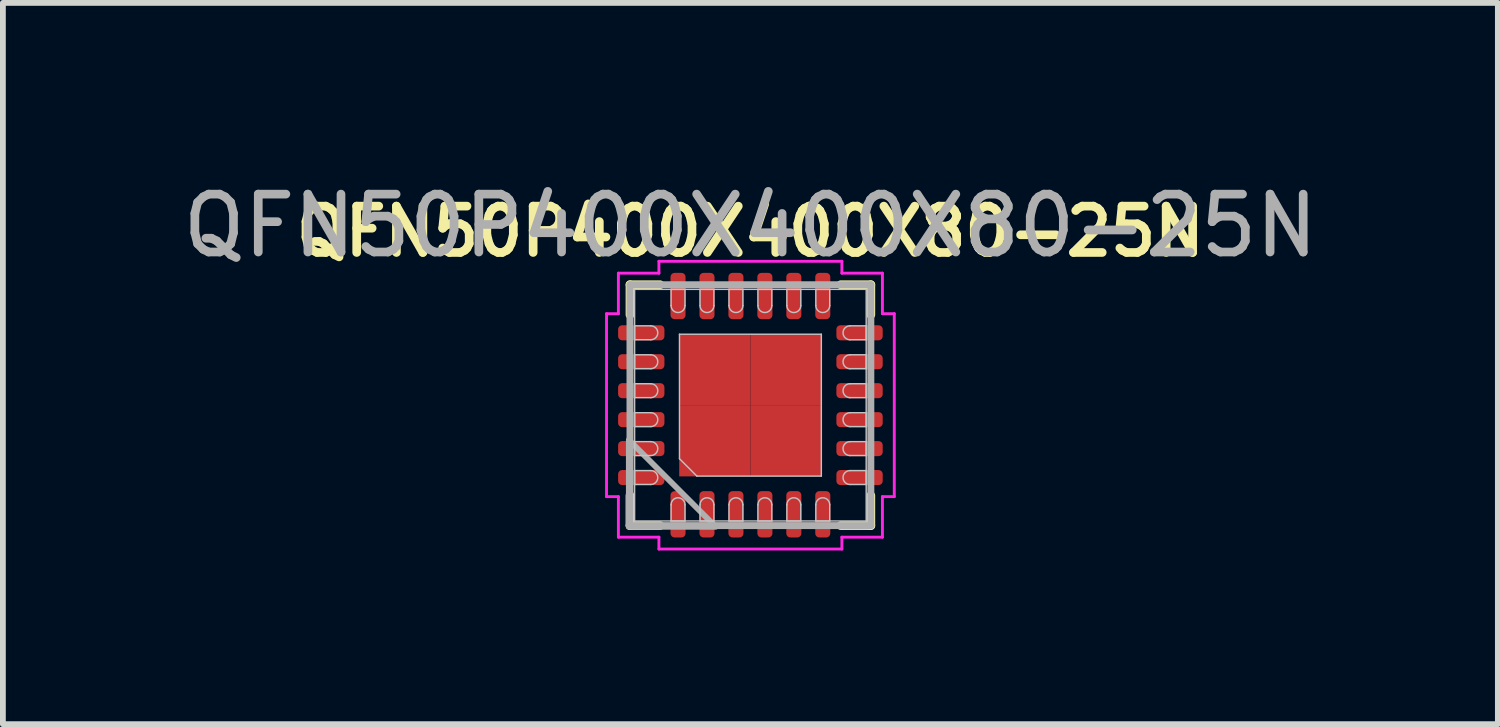
<source format=kicad_pcb>
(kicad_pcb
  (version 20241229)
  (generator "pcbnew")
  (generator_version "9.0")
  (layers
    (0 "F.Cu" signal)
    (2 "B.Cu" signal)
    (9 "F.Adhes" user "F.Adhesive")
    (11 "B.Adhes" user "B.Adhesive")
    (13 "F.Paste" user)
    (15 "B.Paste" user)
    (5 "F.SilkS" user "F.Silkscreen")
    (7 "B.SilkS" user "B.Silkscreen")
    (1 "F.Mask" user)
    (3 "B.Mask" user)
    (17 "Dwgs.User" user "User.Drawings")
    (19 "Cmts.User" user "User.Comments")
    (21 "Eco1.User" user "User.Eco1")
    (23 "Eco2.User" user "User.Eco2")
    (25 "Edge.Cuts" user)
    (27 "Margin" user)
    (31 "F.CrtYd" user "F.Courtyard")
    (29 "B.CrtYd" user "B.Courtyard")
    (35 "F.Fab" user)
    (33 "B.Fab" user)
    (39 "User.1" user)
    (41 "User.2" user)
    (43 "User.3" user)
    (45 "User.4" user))
  (footprint "QFN50P400X400X80-25N"
    (layer "F.Cu")
    (at 9.911 3.948)
    (property "Reference" "QFN50P400X400X80-25N" (at 0 -3 0) (layer "F.SilkS") (effects (font (size 0.8 0.8) (thickness 0.15))))
    (attr smd)
    (fp_line (start -2.08 -2.08) (end -2.08 -1.56) (stroke (width 0.15) (type solid)) (layer "F.SilkS"))
    (fp_line (start -2.08 2.08) (end -2.08 1.56) (stroke (width 0.15) (type solid)) (layer "F.SilkS"))
    (fp_line (start -1.56 -2.08) (end -2.08 -2.08) (stroke (width 0.15) (type solid)) (layer "F.SilkS"))
    (fp_line (start -1.56 2.08) (end -2.08 2.08) (stroke (width 0.15) (type solid)) (layer "F.SilkS"))
    (fp_line (start 1.56 -2.08) (end 2.08 -2.08) (stroke (width 0.15) (type solid)) (layer "F.SilkS"))
    (fp_line (start 1.56 2.08) (end 2.08 2.08) (stroke (width 0.15) (type solid)) (layer "F.SilkS"))
    (fp_line (start 2.08 -2.08) (end 2.08 -1.56) (stroke (width 0.15) (type solid)) (layer "F.SilkS"))
    (fp_line (start 2.08 2.08) (end 2.08 1.56) (stroke (width 0.15) (type solid)) (layer "F.SilkS"))
    (fp_line (start -2 -2) (end 2 -2) (stroke (width 0.025) (type solid)) (layer "Dwgs.User"))
    (fp_line (start -2 -1.37) (end -2 -1.13) (stroke (width 0.025) (type solid)) (layer "Dwgs.User"))
    (fp_line (start -2 -1.13) (end -1.72 -1.13) (stroke (width 0.025) (type solid)) (layer "Dwgs.User"))
    (fp_line (start -2 -0.87) (end -2 -0.63) (stroke (width 0.025) (type solid)) (layer "Dwgs.User"))
    (fp_line (start -2 -0.63) (end -1.72 -0.63) (stroke (width 0.025) (type solid)) (layer "Dwgs.User"))
    (fp_line (start -2 -0.37) (end -2 -0.13) (stroke (width 0.025) (type solid)) (layer "Dwgs.User"))
    (fp_line (start -2 -0.13) (end -1.72 -0.13) (stroke (width 0.025) (type solid)) (layer "Dwgs.User"))
    (fp_line (start -2 0.13) (end -2 0.37) (stroke (width 0.025) (type solid)) (layer "Dwgs.User"))
    (fp_line (start -2 0.37) (end -1.72 0.37) (stroke (width 0.025) (type solid)) (layer "Dwgs.User"))
    (fp_line (start -2 0.63) (end -2 0.87) (stroke (width 0.025) (type solid)) (layer "Dwgs.User"))
    (fp_line (start -2 0.87) (end -1.72 0.87) (stroke (width 0.025) (type solid)) (layer "Dwgs.User"))
    (fp_line (start -2 1.13) (end -2 1.37) (stroke (width 0.025) (type solid)) (layer "Dwgs.User"))
    (fp_line (start -2 1.37) (end -1.72 1.37) (stroke (width 0.025) (type solid)) (layer "Dwgs.User"))
    (fp_line (start -2 2) (end -2 -2) (stroke (width 0.025) (type solid)) (layer "Dwgs.User"))
    (fp_line (start -1.72 -1.37) (end -2 -1.37) (stroke (width 0.025) (type solid)) (layer "Dwgs.User"))
    (fp_line (start -1.72 -0.87) (end -2 -0.87) (stroke (width 0.025) (type solid)) (layer "Dwgs.User"))
    (fp_line (start -1.72 -0.37) (end -2 -0.37) (stroke (width 0.025) (type solid)) (layer "Dwgs.User"))
    (fp_line (start -1.72 0.13) (end -2 0.13) (stroke (width 0.025) (type solid)) (layer "Dwgs.User"))
    (fp_line (start -1.72 0.63) (end -2 0.63) (stroke (width 0.025) (type solid)) (layer "Dwgs.User"))
    (fp_line (start -1.72 1.13) (end -2 1.13) (stroke (width 0.025) (type solid)) (layer "Dwgs.User"))
    (fp_line (start -1.37 -2) (end -1.37 -1.72) (stroke (width 0.025) (type solid)) (layer "Dwgs.User"))
    (fp_line (start -1.37 1.72) (end -1.37 2) (stroke (width 0.025) (type solid)) (layer "Dwgs.User"))
    (fp_line (start -1.37 2) (end -1.13 2) (stroke (width 0.025) (type solid)) (layer "Dwgs.User"))
    (fp_line (start -1.225 -1.225) (end -1.225 0.925) (stroke (width 0.025) (type solid)) (layer "Dwgs.User"))
    (fp_line (start -1.225 0.925) (end -0.925 1.225) (stroke (width 0.025) (type solid)) (layer "Dwgs.User"))
    (fp_line (start -1.13 -2) (end -1.37 -2) (stroke (width 0.025) (type solid)) (layer "Dwgs.User"))
    (fp_line (start -1.13 -1.72) (end -1.13 -2) (stroke (width 0.025) (type solid)) (layer "Dwgs.User"))
    (fp_line (start -1.13 2) (end -1.13 1.72) (stroke (width 0.025) (type solid)) (layer "Dwgs.User"))
    (fp_line (start -0.925 1.225) (end 1.225 1.225) (stroke (width 0.025) (type solid)) (layer "Dwgs.User"))
    (fp_line (start -0.87 -2) (end -0.87 -1.72) (stroke (width 0.025) (type solid)) (layer "Dwgs.User"))
    (fp_line (start -0.87 1.72) (end -0.87 2) (stroke (width 0.025) (type solid)) (layer "Dwgs.User"))
    (fp_line (start -0.87 2) (end -0.63 2) (stroke (width 0.025) (type solid)) (layer "Dwgs.User"))
    (fp_line (start -0.63 -2) (end -0.87 -2) (stroke (width 0.025) (type solid)) (layer "Dwgs.User"))
    (fp_line (start -0.63 -1.72) (end -0.63 -2) (stroke (width 0.025) (type solid)) (layer "Dwgs.User"))
    (fp_line (start -0.63 2) (end -0.63 1.72) (stroke (width 0.025) (type solid)) (layer "Dwgs.User"))
    (fp_line (start -0.37 -2) (end -0.37 -1.72) (stroke (width 0.025) (type solid)) (layer "Dwgs.User"))
    (fp_line (start -0.37 1.72) (end -0.37 2) (stroke (width 0.025) (type solid)) (layer "Dwgs.User"))
    (fp_line (start -0.37 2) (end -0.13 2) (stroke (width 0.025) (type solid)) (layer "Dwgs.User"))
    (fp_line (start -0.13 -2) (end -0.37 -2) (stroke (width 0.025) (type solid)) (layer "Dwgs.User"))
    (fp_line (start -0.13 -1.72) (end -0.13 -2) (stroke (width 0.025) (type solid)) (layer "Dwgs.User"))
    (fp_line (start -0.13 2) (end -0.13 1.72) (stroke (width 0.025) (type solid)) (layer "Dwgs.User"))
    (fp_line (start 0.13 -2) (end 0.13 -1.72) (stroke (width 0.025) (type solid)) (layer "Dwgs.User"))
    (fp_line (start 0.13 1.72) (end 0.13 2) (stroke (width 0.025) (type solid)) (layer "Dwgs.User"))
    (fp_line (start 0.13 2) (end 0.37 2) (stroke (width 0.025) (type solid)) (layer "Dwgs.User"))
    (fp_line (start 0.37 -2) (end 0.13 -2) (stroke (width 0.025) (type solid)) (layer "Dwgs.User"))
    (fp_line (start 0.37 -1.72) (end 0.37 -2) (stroke (width 0.025) (type solid)) (layer "Dwgs.User"))
    (fp_line (start 0.37 2) (end 0.37 1.72) (stroke (width 0.025) (type solid)) (layer "Dwgs.User"))
    (fp_line (start 0.63 -2) (end 0.63 -1.72) (stroke (width 0.025) (type solid)) (layer "Dwgs.User"))
    (fp_line (start 0.63 1.72) (end 0.63 2) (stroke (width 0.025) (type solid)) (layer "Dwgs.User"))
    (fp_line (start 0.63 2) (end 0.87 2) (stroke (width 0.025) (type solid)) (layer "Dwgs.User"))
    (fp_line (start 0.87 -2) (end 0.63 -2) (stroke (width 0.025) (type solid)) (layer "Dwgs.User"))
    (fp_line (start 0.87 -1.72) (end 0.87 -2) (stroke (width 0.025) (type solid)) (layer "Dwgs.User"))
    (fp_line (start 0.87 2) (end 0.87 1.72) (stroke (width 0.025) (type solid)) (layer "Dwgs.User"))
    (fp_line (start 1.13 -2) (end 1.13 -1.72) (stroke (width 0.025) (type solid)) (layer "Dwgs.User"))
    (fp_line (start 1.13 1.72) (end 1.13 2) (stroke (width 0.025) (type solid)) (layer "Dwgs.User"))
    (fp_line (start 1.13 2) (end 1.37 2) (stroke (width 0.025) (type solid)) (layer "Dwgs.User"))
    (fp_line (start 1.225 -1.225) (end -1.225 -1.225) (stroke (width 0.025) (type solid)) (layer "Dwgs.User"))
    (fp_line (start 1.225 1.225) (end 1.225 -1.225) (stroke (width 0.025) (type solid)) (layer "Dwgs.User"))
    (fp_line (start 1.37 -2) (end 1.13 -2) (stroke (width 0.025) (type solid)) (layer "Dwgs.User"))
    (fp_line (start 1.37 -1.72) (end 1.37 -2) (stroke (width 0.025) (type solid)) (layer "Dwgs.User"))
    (fp_line (start 1.37 2) (end 1.37 1.72) (stroke (width 0.025) (type solid)) (layer "Dwgs.User"))
    (fp_line (start 1.72 -1.13) (end 2 -1.13) (stroke (width 0.025) (type solid)) (layer "Dwgs.User"))
    (fp_line (start 1.72 -0.63) (end 2 -0.63) (stroke (width 0.025) (type solid)) (layer "Dwgs.User"))
    (fp_line (start 1.72 -0.13) (end 2 -0.13) (stroke (width 0.025) (type solid)) (layer "Dwgs.User"))
    (fp_line (start 1.72 0.37) (end 2 0.37) (stroke (width 0.025) (type solid)) (layer "Dwgs.User"))
    (fp_line (start 1.72 0.87) (end 2 0.87) (stroke (width 0.025) (type solid)) (layer "Dwgs.User"))
    (fp_line (start 1.72 1.37) (end 2 1.37) (stroke (width 0.025) (type solid)) (layer "Dwgs.User"))
    (fp_line (start 2 -2) (end 2 2) (stroke (width 0.025) (type solid)) (layer "Dwgs.User"))
    (fp_line (start 2 -1.37) (end 1.72 -1.37) (stroke (width 0.025) (type solid)) (layer "Dwgs.User"))
    (fp_line (start 2 -1.13) (end 2 -1.37) (stroke (width 0.025) (type solid)) (layer "Dwgs.User"))
    (fp_line (start 2 -0.87) (end 1.72 -0.87) (stroke (width 0.025) (type solid)) (layer "Dwgs.User"))
    (fp_line (start 2 -0.63) (end 2 -0.87) (stroke (width 0.025) (type solid)) (layer "Dwgs.User"))
    (fp_line (start 2 -0.37) (end 1.72 -0.37) (stroke (width 0.025) (type solid)) (layer "Dwgs.User"))
    (fp_line (start 2 -0.13) (end 2 -0.37) (stroke (width 0.025) (type solid)) (layer "Dwgs.User"))
    (fp_line (start 2 0.13) (end 1.72 0.13) (stroke (width 0.025) (type solid)) (layer "Dwgs.User"))
    (fp_line (start 2 0.37) (end 2 0.13) (stroke (width 0.025) (type solid)) (layer "Dwgs.User"))
    (fp_line (start 2 0.63) (end 1.72 0.63) (stroke (width 0.025) (type solid)) (layer "Dwgs.User"))
    (fp_line (start 2 0.87) (end 2 0.63) (stroke (width 0.025) (type solid)) (layer "Dwgs.User"))
    (fp_line (start 2 1.13) (end 1.72 1.13) (stroke (width 0.025) (type solid)) (layer "Dwgs.User"))
    (fp_line (start 2 1.37) (end 2 1.13) (stroke (width 0.025) (type solid)) (layer "Dwgs.User"))
    (fp_line (start 2 2) (end -2 2) (stroke (width 0.025) (type solid)) (layer "Dwgs.User"))
    (fp_arc (start -1.72 -1.37) (mid -1.6 -1.25) (end -1.72 -1.13) (stroke (width 0.025) (type solid)) (layer "Dwgs.User"))
    (fp_arc (start -1.72 -0.87) (mid -1.6 -0.75) (end -1.72 -0.63) (stroke (width 0.025) (type solid)) (layer "Dwgs.User"))
    (fp_arc (start -1.72 -0.37) (mid -1.6 -0.25) (end -1.72 -0.13) (stroke (width 0.025) (type solid)) (layer "Dwgs.User"))
    (fp_arc (start -1.72 0.13) (mid -1.6 0.25) (end -1.72 0.37) (stroke (width 0.025) (type solid)) (layer "Dwgs.User"))
    (fp_arc (start -1.72 0.63) (mid -1.6 0.75) (end -1.72 0.87) (stroke (width 0.025) (type solid)) (layer "Dwgs.User"))
    (fp_arc (start -1.72 1.13) (mid -1.6 1.25) (end -1.72 1.37) (stroke (width 0.025) (type solid)) (layer "Dwgs.User"))
    (fp_arc (start -1.37 1.72) (mid -1.25 1.6) (end -1.13 1.72) (stroke (width 0.025) (type solid)) (layer "Dwgs.User"))
    (fp_arc (start -1.13 -1.72) (mid -1.25 -1.6) (end -1.37 -1.72) (stroke (width 0.025) (type solid)) (layer "Dwgs.User"))
    (fp_arc (start -0.87 1.72) (mid -0.75 1.6) (end -0.63 1.72) (stroke (width 0.025) (type solid)) (layer "Dwgs.User"))
    (fp_arc (start -0.63 -1.72) (mid -0.75 -1.6) (end -0.87 -1.72) (stroke (width 0.025) (type solid)) (layer "Dwgs.User"))
    (fp_arc (start -0.37 1.72) (mid -0.25 1.6) (end -0.13 1.72) (stroke (width 0.025) (type solid)) (layer "Dwgs.User"))
    (fp_arc (start -0.13 -1.72) (mid -0.25 -1.6) (end -0.37 -1.72) (stroke (width 0.025) (type solid)) (layer "Dwgs.User"))
    (fp_arc (start 0.13 1.72) (mid 0.25 1.6) (end 0.37 1.72) (stroke (width 0.025) (type solid)) (layer "Dwgs.User"))
    (fp_arc (start 0.37 -1.72) (mid 0.25 -1.6) (end 0.13 -1.72) (stroke (width 0.025) (type solid)) (layer "Dwgs.User"))
    (fp_arc (start 0.63 1.72) (mid 0.75 1.6) (end 0.87 1.72) (stroke (width 0.025) (type solid)) (layer "Dwgs.User"))
    (fp_arc (start 0.87 -1.72) (mid 0.75 -1.6) (end 0.63 -1.72) (stroke (width 0.025) (type solid)) (layer "Dwgs.User"))
    (fp_arc (start 1.13 1.72) (mid 1.25 1.6) (end 1.37 1.72) (stroke (width 0.025) (type solid)) (layer "Dwgs.User"))
    (fp_arc (start 1.37 -1.72) (mid 1.25 -1.6) (end 1.13 -1.72) (stroke (width 0.025) (type solid)) (layer "Dwgs.User"))
    (fp_arc (start 1.72 -1.13) (mid 1.6 -1.25) (end 1.72 -1.37) (stroke (width 0.025) (type solid)) (layer "Dwgs.User"))
    (fp_arc (start 1.72 -0.63) (mid 1.6 -0.75) (end 1.72 -0.87) (stroke (width 0.025) (type solid)) (layer "Dwgs.User"))
    (fp_arc (start 1.72 -0.13) (mid 1.6 -0.25) (end 1.72 -0.37) (stroke (width 0.025) (type solid)) (layer "Dwgs.User"))
    (fp_arc (start 1.72 0.37) (mid 1.6 0.25) (end 1.72 0.13) (stroke (width 0.025) (type solid)) (layer "Dwgs.User"))
    (fp_arc (start 1.72 0.87) (mid 1.6 0.75) (end 1.72 0.63) (stroke (width 0.025) (type solid)) (layer "Dwgs.User"))
    (fp_arc (start 1.72 1.37) (mid 1.6 1.25) (end 1.72 1.13) (stroke (width 0.025) (type solid)) (layer "Dwgs.User"))
    (fp_line (start -2.485 -1.58) (end -2.485 1.58) (stroke (width 0.05) (type solid)) (layer "F.CrtYd"))
    (fp_line (start -2.485 1.58) (end -2.28 1.58) (stroke (width 0.05) (type solid)) (layer "F.CrtYd"))
    (fp_line (start -2.28 -2.28) (end -2.28 -1.58) (stroke (width 0.05) (type solid)) (layer "F.CrtYd"))
    (fp_line (start -2.28 -1.58) (end -2.485 -1.58) (stroke (width 0.05) (type solid)) (layer "F.CrtYd"))
    (fp_line (start -2.28 1.58) (end -2.28 2.28) (stroke (width 0.05) (type solid)) (layer "F.CrtYd"))
    (fp_line (start -2.28 2.28) (end -1.58 2.28) (stroke (width 0.05) (type solid)) (layer "F.CrtYd"))
    (fp_line (start -1.58 -2.485) (end -1.58 -2.28) (stroke (width 0.05) (type solid)) (layer "F.CrtYd"))
    (fp_line (start -1.58 -2.28) (end -2.28 -2.28) (stroke (width 0.05) (type solid)) (layer "F.CrtYd"))
    (fp_line (start -1.58 2.28) (end -1.58 2.485) (stroke (width 0.05) (type solid)) (layer "F.CrtYd"))
    (fp_line (start -1.58 2.485) (end 1.58 2.485) (stroke (width 0.05) (type solid)) (layer "F.CrtYd"))
    (fp_line (start 1.58 -2.485) (end -1.58 -2.485) (stroke (width 0.05) (type solid)) (layer "F.CrtYd"))
    (fp_line (start 1.58 -2.28) (end 1.58 -2.485) (stroke (width 0.05) (type solid)) (layer "F.CrtYd"))
    (fp_line (start 1.58 2.28) (end 2.28 2.28) (stroke (width 0.05) (type solid)) (layer "F.CrtYd"))
    (fp_line (start 1.58 2.485) (end 1.58 2.28) (stroke (width 0.05) (type solid)) (layer "F.CrtYd"))
    (fp_line (start 2.28 -2.28) (end 1.58 -2.28) (stroke (width 0.05) (type solid)) (layer "F.CrtYd"))
    (fp_line (start 2.28 -1.58) (end 2.28 -2.28) (stroke (width 0.05) (type solid)) (layer "F.CrtYd"))
    (fp_line (start 2.28 1.58) (end 2.485 1.58) (stroke (width 0.05) (type solid)) (layer "F.CrtYd"))
    (fp_line (start 2.28 2.28) (end 2.28 1.58) (stroke (width 0.05) (type solid)) (layer "F.CrtYd"))
    (fp_line (start 2.485 -1.58) (end 2.28 -1.58) (stroke (width 0.05) (type solid)) (layer "F.CrtYd"))
    (fp_line (start 2.485 1.58) (end 2.485 -1.58) (stroke (width 0.05) (type solid)) (layer "F.CrtYd"))
    (fp_line (start -2.08 -2.08) (end 2.08 -2.08) (stroke (width 0.12) (type solid)) (layer "F.Fab"))
    (fp_line (start -2.08 2.08) (end -2.08 -2.08) (stroke (width 0.12) (type solid)) (layer "F.Fab"))
    (fp_line (start 2.08 -2.08) (end 2.08 2.08) (stroke (width 0.12) (type solid)) (layer "F.Fab"))
    (fp_line (start 2.08 2.08) (end -2.08 2.08) (stroke (width 0.12) (type solid)) (layer "F.Fab"))
    (fp_poly (pts (xy -0.6 2.1) (xy -2.1 2.1) (xy -2.1 0.6)) (stroke (width 0.1) (type solid)) (fill no) (layer "F.Fab"))
    (fp_text user "${REFERENCE}" (at 0 -3.1 0) (layer "F.Fab") (effects (font (size 1 1) (thickness 0.15))))
    (pad "" smd rect (at -0.615 -0.615 90) (size 0.87 0.87) (layers "F.Paste"))
    (pad "" smd rect (at -0.615 0.615 90) (size 0.87 0.87) (layers "F.Paste"))
    (pad "" smd rect (at 0.615 -0.615 90) (size 0.87 0.87) (layers "F.Paste"))
    (pad "" smd rect (at 0.615 0.615 90) (size 0.87 0.87) (layers "F.Paste"))
    (pad "1" smd roundrect (at -1.25 1.885 90) (size 0.8 0.26) (layers "F.Cu" "F.Mask" "F.Paste") (roundrect_rratio 0.269))
    (pad "2" smd roundrect (at -0.75 1.885 90) (size 0.8 0.26) (layers "F.Cu" "F.Mask" "F.Paste") (roundrect_rratio 0.269))
    (pad "3" smd roundrect (at -0.25 1.885 90) (size 0.8 0.26) (layers "F.Cu" "F.Mask" "F.Paste") (roundrect_rratio 0.269))
    (pad "4" smd roundrect (at 0.25 1.885 90) (size 0.8 0.26) (layers "F.Cu" "F.Mask" "F.Paste") (roundrect_rratio 0.269))
    (pad "5" smd roundrect (at 0.75 1.885 90) (size 0.8 0.26) (layers "F.Cu" "F.Mask" "F.Paste") (roundrect_rratio 0.269))
    (pad "6" smd roundrect (at 1.25 1.885 90) (size 0.8 0.26) (layers "F.Cu" "F.Mask" "F.Paste") (roundrect_rratio 0.269))
    (pad "7" smd roundrect (at 1.885 1.25) (size 0.8 0.26) (layers "F.Cu" "F.Mask" "F.Paste") (roundrect_rratio 0.269))
    (pad "8" smd roundrect (at 1.885 0.75) (size 0.8 0.26) (layers "F.Cu" "F.Mask" "F.Paste") (roundrect_rratio 0.269))
    (pad "9" smd roundrect (at 1.885 0.25) (size 0.8 0.26) (layers "F.Cu" "F.Mask" "F.Paste") (roundrect_rratio 0.269))
    (pad "10" smd roundrect (at 1.885 -0.25) (size 0.8 0.26) (layers "F.Cu" "F.Mask" "F.Paste") (roundrect_rratio 0.269))
    (pad "11" smd roundrect (at 1.885 -0.75) (size 0.8 0.26) (layers "F.Cu" "F.Mask" "F.Paste") (roundrect_rratio 0.269))
    (pad "12" smd roundrect (at 1.885 -1.25) (size 0.8 0.26) (layers "F.Cu" "F.Mask" "F.Paste") (roundrect_rratio 0.269))
    (pad "13" smd roundrect (at 1.25 -1.885 90) (size 0.8 0.26) (layers "F.Cu" "F.Mask" "F.Paste") (roundrect_rratio 0.269))
    (pad "14" smd roundrect (at 0.75 -1.885 90) (size 0.8 0.26) (layers "F.Cu" "F.Mask" "F.Paste") (roundrect_rratio 0.269))
    (pad "15" smd roundrect (at 0.25 -1.885 90) (size 0.8 0.26) (layers "F.Cu" "F.Mask" "F.Paste") (roundrect_rratio 0.269))
    (pad "16" smd roundrect (at -0.25 -1.885 90) (size 0.8 0.26) (layers "F.Cu" "F.Mask" "F.Paste") (roundrect_rratio 0.269))
    (pad "17" smd roundrect (at -0.75 -1.885 90) (size 0.8 0.26) (layers "F.Cu" "F.Mask" "F.Paste") (roundrect_rratio 0.269))
    (pad "18" smd roundrect (at -1.25 -1.885 90) (size 0.8 0.26) (layers "F.Cu" "F.Mask" "F.Paste") (roundrect_rratio 0.269))
    (pad "19" smd roundrect (at -1.885 -1.25) (size 0.8 0.26) (layers "F.Cu" "F.Mask" "F.Paste") (roundrect_rratio 0.269))
    (pad "20" smd roundrect (at -1.885 -0.75) (size 0.8 0.26) (layers "F.Cu" "F.Mask" "F.Paste") (roundrect_rratio 0.269))
    (pad "21" smd roundrect (at -1.885 -0.25) (size 0.8 0.26) (layers "F.Cu" "F.Mask" "F.Paste") (roundrect_rratio 0.269))
    (pad "22" smd roundrect (at -1.885 0.25) (size 0.8 0.26) (layers "F.Cu" "F.Mask" "F.Paste") (roundrect_rratio 0.269))
    (pad "23" smd roundrect (at -1.885 0.75) (size 0.8 0.26) (layers "F.Cu" "F.Mask" "F.Paste") (roundrect_rratio 0.269))
    (pad "24" smd roundrect (at -1.885 1.25) (size 0.8 0.26) (layers "F.Cu" "F.Mask" "F.Paste") (roundrect_rratio 0.269))
    (pad "25" smd rect (at -0.615 -0.615) (size 1.23 1.23) (layers "F.Cu" "F.Mask" "F.Paste"))
    (pad "25" smd rect (at -0.615 0.615) (size 1.23 1.23) (layers "F.Cu" "F.Mask" "F.Paste"))
    (pad "25" smd rect (at 0.615 -0.615) (size 1.23 1.23) (layers "F.Cu" "F.Mask" "F.Paste"))
    (pad "25" smd rect (at 0.615 0.615) (size 1.23 1.23) (layers "F.Cu" "F.Mask" "F.Paste")))
  (gr_rect
    (start -3 -3)
    (end 22.821 9.458)
    (stroke (width 0.1) (type default))
    (fill no)
    (layer "Edge.Cuts")))
</source>
